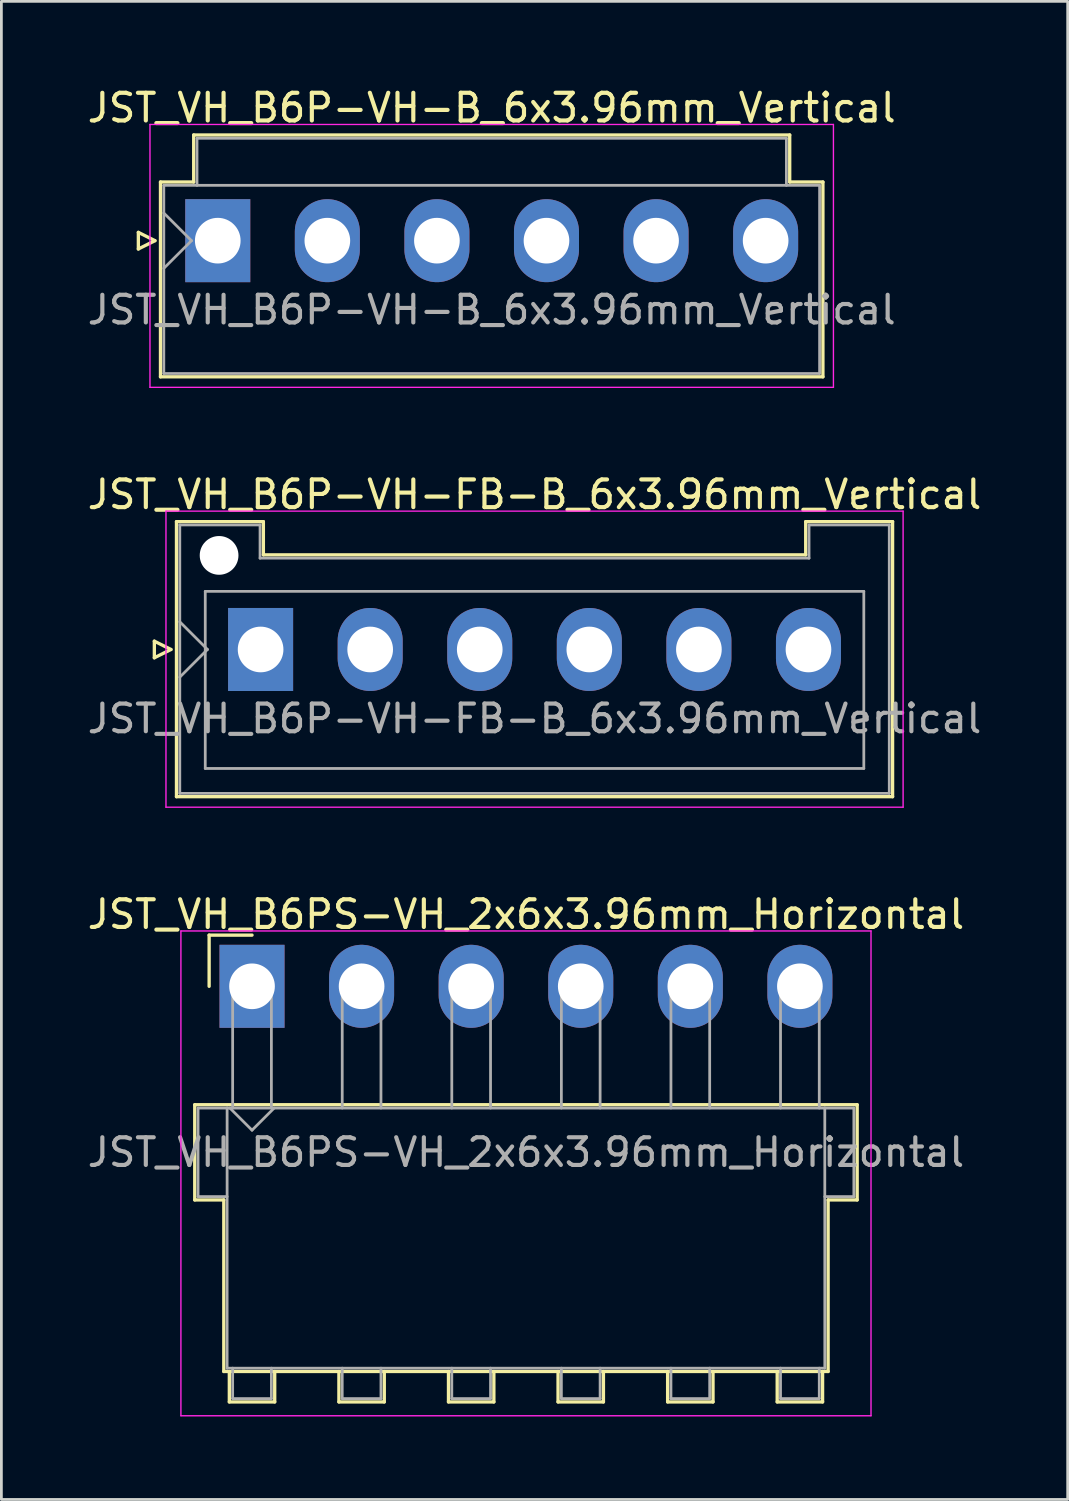
<source format=kicad_pcb>
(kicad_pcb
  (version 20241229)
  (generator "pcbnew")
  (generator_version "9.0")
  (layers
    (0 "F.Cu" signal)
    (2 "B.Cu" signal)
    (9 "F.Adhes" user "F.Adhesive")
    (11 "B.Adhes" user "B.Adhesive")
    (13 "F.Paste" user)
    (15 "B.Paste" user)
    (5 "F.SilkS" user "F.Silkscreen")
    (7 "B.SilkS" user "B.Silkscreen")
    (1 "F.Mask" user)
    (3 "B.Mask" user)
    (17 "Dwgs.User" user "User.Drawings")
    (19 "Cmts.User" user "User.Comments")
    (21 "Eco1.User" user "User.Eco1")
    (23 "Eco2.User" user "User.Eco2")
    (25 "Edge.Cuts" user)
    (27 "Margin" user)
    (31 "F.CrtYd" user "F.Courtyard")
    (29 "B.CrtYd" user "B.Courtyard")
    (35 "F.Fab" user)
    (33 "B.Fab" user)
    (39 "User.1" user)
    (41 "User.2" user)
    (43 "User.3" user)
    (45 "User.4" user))
  (footprint "JST_VH_B6P-VH-FB-B_6x3.96mm_Vertical"
    (layer "F.Cu")
    (at 6.368 20.422)
    (property "Reference" "JST_VH_B6P-VH-FB-B_6x3.96mm_Vertical" (at 9.9 -5.6 0) (layer "F.SilkS") (effects (font (size 1 1) (thickness 0.15))))
    (attr through_hole)
    (fp_line (start -3.84 -0.3) (end -3.24 0) (stroke (width 0.12) (type solid)) (layer "F.SilkS"))
    (fp_line (start -3.84 0.3) (end -3.84 -0.3) (stroke (width 0.12) (type solid)) (layer "F.SilkS"))
    (fp_line (start -3.24 0) (end -3.84 0.3) (stroke (width 0.12) (type solid)) (layer "F.SilkS"))
    (fp_line (start -3.04 -4.62) (end 0.1 -4.62) (stroke (width 0.12) (type solid)) (layer "F.SilkS"))
    (fp_line (start -3.04 5.32) (end -3.04 -4.62) (stroke (width 0.12) (type solid)) (layer "F.SilkS"))
    (fp_line (start 0.1 -4.62) (end 0.1 -3.42) (stroke (width 0.12) (type solid)) (layer "F.SilkS"))
    (fp_line (start 0.1 -3.42) (end 19.7 -3.42) (stroke (width 0.12) (type solid)) (layer "F.SilkS"))
    (fp_line (start 19.7 -4.62) (end 22.84 -4.62) (stroke (width 0.12) (type solid)) (layer "F.SilkS"))
    (fp_line (start 19.7 -3.42) (end 19.7 -4.62) (stroke (width 0.12) (type solid)) (layer "F.SilkS"))
    (fp_line (start 22.84 -4.62) (end 22.84 5.32) (stroke (width 0.12) (type solid)) (layer "F.SilkS"))
    (fp_line (start 22.84 5.32) (end -3.04 5.32) (stroke (width 0.12) (type solid)) (layer "F.SilkS"))
    (fp_line (start -3.42 -5) (end -3.42 5.7) (stroke (width 0.05) (type solid)) (layer "F.CrtYd"))
    (fp_line (start -3.42 5.7) (end 23.22 5.7) (stroke (width 0.05) (type solid)) (layer "F.CrtYd"))
    (fp_line (start 23.22 -5) (end -3.42 -5) (stroke (width 0.05) (type solid)) (layer "F.CrtYd"))
    (fp_line (start 23.22 5.7) (end 23.22 -5) (stroke (width 0.05) (type solid)) (layer "F.CrtYd"))
    (fp_line (start -2.92 -4.5) (end -0.02 -4.5) (stroke (width 0.1) (type solid)) (layer "F.Fab"))
    (fp_line (start -2.92 -1) (end -1.92 0) (stroke (width 0.1) (type solid)) (layer "F.Fab"))
    (fp_line (start -2.92 1) (end -1.92 0) (stroke (width 0.1) (type solid)) (layer "F.Fab"))
    (fp_line (start -2.92 5.2) (end -2.92 -4.5) (stroke (width 0.1) (type solid)) (layer "F.Fab"))
    (fp_line (start -2 -2.1) (end 21.8 -2.1) (stroke (width 0.1) (type solid)) (layer "F.Fab"))
    (fp_line (start -2 4.3) (end -2 -2.1) (stroke (width 0.1) (type solid)) (layer "F.Fab"))
    (fp_line (start -0.02 -4.5) (end -0.02 -3.3) (stroke (width 0.1) (type solid)) (layer "F.Fab"))
    (fp_line (start -0.02 -3.3) (end 19.82 -3.3) (stroke (width 0.1) (type solid)) (layer "F.Fab"))
    (fp_line (start 19.82 -4.5) (end 22.72 -4.5) (stroke (width 0.1) (type solid)) (layer "F.Fab"))
    (fp_line (start 19.82 -3.3) (end 19.82 -4.5) (stroke (width 0.1) (type solid)) (layer "F.Fab"))
    (fp_line (start 21.8 -2.1) (end 21.8 4.3) (stroke (width 0.1) (type solid)) (layer "F.Fab"))
    (fp_line (start 21.8 4.3) (end -2 4.3) (stroke (width 0.1) (type solid)) (layer "F.Fab"))
    (fp_line (start 22.72 -4.5) (end 22.72 5.2) (stroke (width 0.1) (type solid)) (layer "F.Fab"))
    (fp_line (start 22.72 5.2) (end -2.92 5.2) (stroke (width 0.1) (type solid)) (layer "F.Fab"))
    (fp_text user "${REFERENCE}" (at 9.9 2.5 0) (layer "F.Fab") (effects (font (size 1 1) (thickness 0.15))))
    (pad "" np_thru_hole circle (at -1.5 -3.4) (size 1.4 1.4) (drill 1.4) (layers "*.Cu" "*.Mask"))
    (pad "1" thru_hole rect (at 0 0) (size 2.35 3) (drill 1.65) (layers "*.Cu" "*.Mask"))
    (pad "2" thru_hole oval (at 3.96 0) (size 2.35 3) (drill 1.65) (layers "*.Cu" "*.Mask"))
    (pad "3" thru_hole oval (at 7.92 0) (size 2.35 3) (drill 1.65) (layers "*.Cu" "*.Mask"))
    (pad "4" thru_hole oval (at 11.88 0) (size 2.35 3) (drill 1.65) (layers "*.Cu" "*.Mask"))
    (pad "5" thru_hole oval (at 15.84 0) (size 2.35 3) (drill 1.65) (layers "*.Cu" "*.Mask"))
    (pad "6" thru_hole oval (at 19.8 0) (size 2.35 3) (drill 1.65) (layers "*.Cu" "*.Mask")))
  (footprint "JST_VH_B6PS-VH_2x6x3.96mm_Horizontal"
    (layer "F.Cu")
    (at 6.058 32.595)
    (property "Reference" "JST_VH_B6PS-VH_2x6x3.96mm_Horizontal" (at 9.9 -2.6 0) (layer "F.SilkS") (effects (font (size 1 1) (thickness 0.15))))
    (attr through_hole)
    (fp_line (start -2.07 4.28) (end 21.87 4.28) (stroke (width 0.12) (type solid)) (layer "F.SilkS"))
    (fp_line (start -2.07 7.72) (end -2.07 4.28) (stroke (width 0.12) (type solid)) (layer "F.SilkS"))
    (fp_line (start -1.55 -1.85) (end -1.55 0) (stroke (width 0.12) (type solid)) (layer "F.SilkS"))
    (fp_line (start -1.02 7.72) (end -2.07 7.72) (stroke (width 0.12) (type solid)) (layer "F.SilkS"))
    (fp_line (start -1.02 13.92) (end -1.02 7.72) (stroke (width 0.12) (type solid)) (layer "F.SilkS"))
    (fp_line (start -0.82 13.92) (end -0.82 15.02) (stroke (width 0.12) (type solid)) (layer "F.SilkS"))
    (fp_line (start -0.82 15.02) (end 0.82 15.02) (stroke (width 0.12) (type solid)) (layer "F.SilkS"))
    (fp_line (start 0 -1.85) (end -1.55 -1.85) (stroke (width 0.12) (type solid)) (layer "F.SilkS"))
    (fp_line (start 0.82 15.02) (end 0.82 13.92) (stroke (width 0.12) (type solid)) (layer "F.SilkS"))
    (fp_line (start 3.14 13.92) (end 3.14 15.02) (stroke (width 0.12) (type solid)) (layer "F.SilkS"))
    (fp_line (start 3.14 15.02) (end 4.78 15.02) (stroke (width 0.12) (type solid)) (layer "F.SilkS"))
    (fp_line (start 4.78 15.02) (end 4.78 13.92) (stroke (width 0.12) (type solid)) (layer "F.SilkS"))
    (fp_line (start 7.1 13.92) (end 7.1 15.02) (stroke (width 0.12) (type solid)) (layer "F.SilkS"))
    (fp_line (start 7.1 15.02) (end 8.74 15.02) (stroke (width 0.12) (type solid)) (layer "F.SilkS"))
    (fp_line (start 8.74 15.02) (end 8.74 13.92) (stroke (width 0.12) (type solid)) (layer "F.SilkS"))
    (fp_line (start 11.06 13.92) (end 11.06 15.02) (stroke (width 0.12) (type solid)) (layer "F.SilkS"))
    (fp_line (start 11.06 15.02) (end 12.7 15.02) (stroke (width 0.12) (type solid)) (layer "F.SilkS"))
    (fp_line (start 12.7 15.02) (end 12.7 13.92) (stroke (width 0.12) (type solid)) (layer "F.SilkS"))
    (fp_line (start 15.02 13.92) (end 15.02 15.02) (stroke (width 0.12) (type solid)) (layer "F.SilkS"))
    (fp_line (start 15.02 15.02) (end 16.66 15.02) (stroke (width 0.12) (type solid)) (layer "F.SilkS"))
    (fp_line (start 16.66 15.02) (end 16.66 13.92) (stroke (width 0.12) (type solid)) (layer "F.SilkS"))
    (fp_line (start 18.98 13.92) (end 18.98 15.02) (stroke (width 0.12) (type solid)) (layer "F.SilkS"))
    (fp_line (start 18.98 15.02) (end 20.62 15.02) (stroke (width 0.12) (type solid)) (layer "F.SilkS"))
    (fp_line (start 20.62 15.02) (end 20.62 13.92) (stroke (width 0.12) (type solid)) (layer "F.SilkS"))
    (fp_line (start 20.82 7.72) (end 20.82 13.92) (stroke (width 0.12) (type solid)) (layer "F.SilkS"))
    (fp_line (start 20.82 13.92) (end -1.02 13.92) (stroke (width 0.12) (type solid)) (layer "F.SilkS"))
    (fp_line (start 21.87 4.28) (end 21.87 7.72) (stroke (width 0.12) (type solid)) (layer "F.SilkS"))
    (fp_line (start 21.87 7.72) (end 20.82 7.72) (stroke (width 0.12) (type solid)) (layer "F.SilkS"))
    (fp_line (start -2.57 -2) (end -2.57 15.52) (stroke (width 0.05) (type solid)) (layer "F.CrtYd"))
    (fp_line (start -2.57 15.52) (end 22.37 15.52) (stroke (width 0.05) (type solid)) (layer "F.CrtYd"))
    (fp_line (start 22.37 -2) (end -2.57 -2) (stroke (width 0.05) (type solid)) (layer "F.CrtYd"))
    (fp_line (start 22.37 15.52) (end 22.37 -2) (stroke (width 0.05) (type solid)) (layer "F.CrtYd"))
    (fp_line (start -1.95 4.4) (end -0.9 4.4) (stroke (width 0.1) (type solid)) (layer "F.Fab"))
    (fp_line (start -1.95 7.6) (end -1.95 4.4) (stroke (width 0.1) (type solid)) (layer "F.Fab"))
    (fp_line (start -0.9 4.4) (end -0.9 13.8) (stroke (width 0.1) (type solid)) (layer "F.Fab"))
    (fp_line (start -0.9 7.6) (end -1.95 7.6) (stroke (width 0.1) (type solid)) (layer "F.Fab"))
    (fp_line (start -0.9 13.8) (end 20.7 13.8) (stroke (width 0.1) (type solid)) (layer "F.Fab"))
    (fp_line (start -0.8 4.4) (end 0 5.2) (stroke (width 0.1) (type solid)) (layer "F.Fab"))
    (fp_line (start -0.7 0) (end 0.7 0) (stroke (width 0.1) (type solid)) (layer "F.Fab"))
    (fp_line (start -0.7 4.4) (end -0.7 0) (stroke (width 0.1) (type solid)) (layer "F.Fab"))
    (fp_line (start -0.7 13.8) (end -0.7 14.9) (stroke (width 0.1) (type solid)) (layer "F.Fab"))
    (fp_line (start -0.7 14.9) (end 0.7 14.9) (stroke (width 0.1) (type solid)) (layer "F.Fab"))
    (fp_line (start 0 5.2) (end 0.8 4.4) (stroke (width 0.1) (type solid)) (layer "F.Fab"))
    (fp_line (start 0.7 0) (end 0.7 4.4) (stroke (width 0.1) (type solid)) (layer "F.Fab"))
    (fp_line (start 0.7 14.9) (end 0.7 13.8) (stroke (width 0.1) (type solid)) (layer "F.Fab"))
    (fp_line (start 3.26 0) (end 4.66 0) (stroke (width 0.1) (type solid)) (layer "F.Fab"))
    (fp_line (start 3.26 4.4) (end 3.26 0) (stroke (width 0.1) (type solid)) (layer "F.Fab"))
    (fp_line (start 3.26 13.8) (end 3.26 14.9) (stroke (width 0.1) (type solid)) (layer "F.Fab"))
    (fp_line (start 3.26 14.9) (end 4.66 14.9) (stroke (width 0.1) (type solid)) (layer "F.Fab"))
    (fp_line (start 4.66 0) (end 4.66 4.4) (stroke (width 0.1) (type solid)) (layer "F.Fab"))
    (fp_line (start 4.66 14.9) (end 4.66 13.8) (stroke (width 0.1) (type solid)) (layer "F.Fab"))
    (fp_line (start 7.22 0) (end 8.62 0) (stroke (width 0.1) (type solid)) (layer "F.Fab"))
    (fp_line (start 7.22 4.4) (end 7.22 0) (stroke (width 0.1) (type solid)) (layer "F.Fab"))
    (fp_line (start 7.22 13.8) (end 7.22 14.9) (stroke (width 0.1) (type solid)) (layer "F.Fab"))
    (fp_line (start 7.22 14.9) (end 8.62 14.9) (stroke (width 0.1) (type solid)) (layer "F.Fab"))
    (fp_line (start 8.62 0) (end 8.62 4.4) (stroke (width 0.1) (type solid)) (layer "F.Fab"))
    (fp_line (start 8.62 14.9) (end 8.62 13.8) (stroke (width 0.1) (type solid)) (layer "F.Fab"))
    (fp_line (start 11.18 0) (end 12.58 0) (stroke (width 0.1) (type solid)) (layer "F.Fab"))
    (fp_line (start 11.18 4.4) (end 11.18 0) (stroke (width 0.1) (type solid)) (layer "F.Fab"))
    (fp_line (start 11.18 13.8) (end 11.18 14.9) (stroke (width 0.1) (type solid)) (layer "F.Fab"))
    (fp_line (start 11.18 14.9) (end 12.58 14.9) (stroke (width 0.1) (type solid)) (layer "F.Fab"))
    (fp_line (start 12.58 0) (end 12.58 4.4) (stroke (width 0.1) (type solid)) (layer "F.Fab"))
    (fp_line (start 12.58 14.9) (end 12.58 13.8) (stroke (width 0.1) (type solid)) (layer "F.Fab"))
    (fp_line (start 15.14 0) (end 16.54 0) (stroke (width 0.1) (type solid)) (layer "F.Fab"))
    (fp_line (start 15.14 4.4) (end 15.14 0) (stroke (width 0.1) (type solid)) (layer "F.Fab"))
    (fp_line (start 15.14 13.8) (end 15.14 14.9) (stroke (width 0.1) (type solid)) (layer "F.Fab"))
    (fp_line (start 15.14 14.9) (end 16.54 14.9) (stroke (width 0.1) (type solid)) (layer "F.Fab"))
    (fp_line (start 16.54 0) (end 16.54 4.4) (stroke (width 0.1) (type solid)) (layer "F.Fab"))
    (fp_line (start 16.54 14.9) (end 16.54 13.8) (stroke (width 0.1) (type solid)) (layer "F.Fab"))
    (fp_line (start 19.1 0) (end 20.5 0) (stroke (width 0.1) (type solid)) (layer "F.Fab"))
    (fp_line (start 19.1 4.4) (end 19.1 0) (stroke (width 0.1) (type solid)) (layer "F.Fab"))
    (fp_line (start 19.1 13.8) (end 19.1 14.9) (stroke (width 0.1) (type solid)) (layer "F.Fab"))
    (fp_line (start 19.1 14.9) (end 20.5 14.9) (stroke (width 0.1) (type solid)) (layer "F.Fab"))
    (fp_line (start 20.5 0) (end 20.5 4.4) (stroke (width 0.1) (type solid)) (layer "F.Fab"))
    (fp_line (start 20.5 14.9) (end 20.5 13.8) (stroke (width 0.1) (type solid)) (layer "F.Fab"))
    (fp_line (start 20.7 4.4) (end -0.9 4.4) (stroke (width 0.1) (type solid)) (layer "F.Fab"))
    (fp_line (start 20.7 4.4) (end 21.75 4.4) (stroke (width 0.1) (type solid)) (layer "F.Fab"))
    (fp_line (start 20.7 13.8) (end 20.7 4.4) (stroke (width 0.1) (type solid)) (layer "F.Fab"))
    (fp_line (start 21.75 4.4) (end 21.75 7.6) (stroke (width 0.1) (type solid)) (layer "F.Fab"))
    (fp_line (start 21.75 7.6) (end 20.7 7.6) (stroke (width 0.1) (type solid)) (layer "F.Fab"))
    (fp_text user "${REFERENCE}" (at 9.9 6 0) (layer "F.Fab") (effects (font (size 1 1) (thickness 0.15))))
    (pad "1" thru_hole rect (at 0 0) (size 2.35 3) (drill 1.65) (layers "*.Cu" "*.Mask"))
    (pad "2" thru_hole oval (at 3.96 0) (size 2.35 3) (drill 1.65) (layers "*.Cu" "*.Mask"))
    (pad "3" thru_hole oval (at 7.92 0) (size 2.35 3) (drill 1.65) (layers "*.Cu" "*.Mask"))
    (pad "4" thru_hole oval (at 11.88 0) (size 2.35 3) (drill 1.65) (layers "*.Cu" "*.Mask"))
    (pad "5" thru_hole oval (at 15.84 0) (size 2.35 3) (drill 1.65) (layers "*.Cu" "*.Mask"))
    (pad "6" thru_hole oval (at 19.8 0) (size 2.35 3) (drill 1.65) (layers "*.Cu" "*.Mask")))
  (footprint "JST_VH_B6P-VH-B_6x3.96mm_Vertical"
    (layer "F.Cu")
    (at 4.82 5.648)
    (property "Reference" "JST_VH_B6P-VH-B_6x3.96mm_Vertical" (at 9.9 -4.8 0) (layer "F.SilkS") (effects (font (size 1 1) (thickness 0.15))))
    (attr through_hole)
    (fp_line (start -2.87 -0.3) (end -2.27 0) (stroke (width 0.12) (type solid)) (layer "F.SilkS"))
    (fp_line (start -2.87 0.3) (end -2.87 -0.3) (stroke (width 0.12) (type solid)) (layer "F.SilkS"))
    (fp_line (start -2.27 0) (end -2.87 0.3) (stroke (width 0.12) (type solid)) (layer "F.SilkS"))
    (fp_line (start -2.07 -2.12) (end -0.87 -2.12) (stroke (width 0.12) (type solid)) (layer "F.SilkS"))
    (fp_line (start -2.07 4.92) (end -2.07 -2.12) (stroke (width 0.12) (type solid)) (layer "F.SilkS"))
    (fp_line (start -0.87 -3.82) (end 20.67 -3.82) (stroke (width 0.12) (type solid)) (layer "F.SilkS"))
    (fp_line (start -0.87 -2.12) (end -0.87 -3.82) (stroke (width 0.12) (type solid)) (layer "F.SilkS"))
    (fp_line (start 20.67 -3.82) (end 20.67 -2.12) (stroke (width 0.12) (type solid)) (layer "F.SilkS"))
    (fp_line (start 20.67 -2.12) (end 21.87 -2.12) (stroke (width 0.12) (type solid)) (layer "F.SilkS"))
    (fp_line (start 21.87 -2.12) (end 21.87 4.92) (stroke (width 0.12) (type solid)) (layer "F.SilkS"))
    (fp_line (start 21.87 4.92) (end -2.07 4.92) (stroke (width 0.12) (type solid)) (layer "F.SilkS"))
    (fp_line (start -2.45 -4.2) (end -2.45 5.3) (stroke (width 0.05) (type solid)) (layer "F.CrtYd"))
    (fp_line (start -2.45 5.3) (end 22.25 5.3) (stroke (width 0.05) (type solid)) (layer "F.CrtYd"))
    (fp_line (start 22.25 -4.2) (end -2.45 -4.2) (stroke (width 0.05) (type solid)) (layer "F.CrtYd"))
    (fp_line (start 22.25 5.3) (end 22.25 -4.2) (stroke (width 0.05) (type solid)) (layer "F.CrtYd"))
    (fp_line (start -1.95 -2) (end -1.95 4.8) (stroke (width 0.1) (type solid)) (layer "F.Fab"))
    (fp_line (start -1.95 -1) (end -0.95 0) (stroke (width 0.1) (type solid)) (layer "F.Fab"))
    (fp_line (start -1.95 1) (end -0.95 0) (stroke (width 0.1) (type solid)) (layer "F.Fab"))
    (fp_line (start -1.95 4.8) (end 21.75 4.8) (stroke (width 0.1) (type solid)) (layer "F.Fab"))
    (fp_line (start -0.75 -3.7) (end 20.55 -3.7) (stroke (width 0.1) (type solid)) (layer "F.Fab"))
    (fp_line (start -0.75 -2) (end -0.75 -3.7) (stroke (width 0.1) (type solid)) (layer "F.Fab"))
    (fp_line (start 20.55 -3.7) (end 20.55 -2) (stroke (width 0.1) (type solid)) (layer "F.Fab"))
    (fp_line (start 21.75 -2) (end -1.95 -2) (stroke (width 0.1) (type solid)) (layer "F.Fab"))
    (fp_line (start 21.75 4.8) (end 21.75 -2) (stroke (width 0.1) (type solid)) (layer "F.Fab"))
    (fp_text user "${REFERENCE}" (at 9.9 2.5 0) (layer "F.Fab") (effects (font (size 1 1) (thickness 0.15))))
    (pad "1" thru_hole rect (at 0 0) (size 2.35 3) (drill 1.65) (layers "*.Cu" "*.Mask"))
    (pad "2" thru_hole oval (at 3.96 0) (size 2.35 3) (drill 1.65) (layers "*.Cu" "*.Mask"))
    (pad "3" thru_hole oval (at 7.92 0) (size 2.35 3) (drill 1.65) (layers "*.Cu" "*.Mask"))
    (pad "4" thru_hole oval (at 11.88 0) (size 2.35 3) (drill 1.65) (layers "*.Cu" "*.Mask"))
    (pad "5" thru_hole oval (at 15.84 0) (size 2.35 3) (drill 1.65) (layers "*.Cu" "*.Mask"))
    (pad "6" thru_hole oval (at 19.8 0) (size 2.35 3) (drill 1.65) (layers "*.Cu" "*.Mask")))
  (gr_rect
    (start -3 -3)
    (end 35.536 51.14)
    (stroke (width 0.1) (type default))
    (fill no)
    (layer "Edge.Cuts")))
</source>
